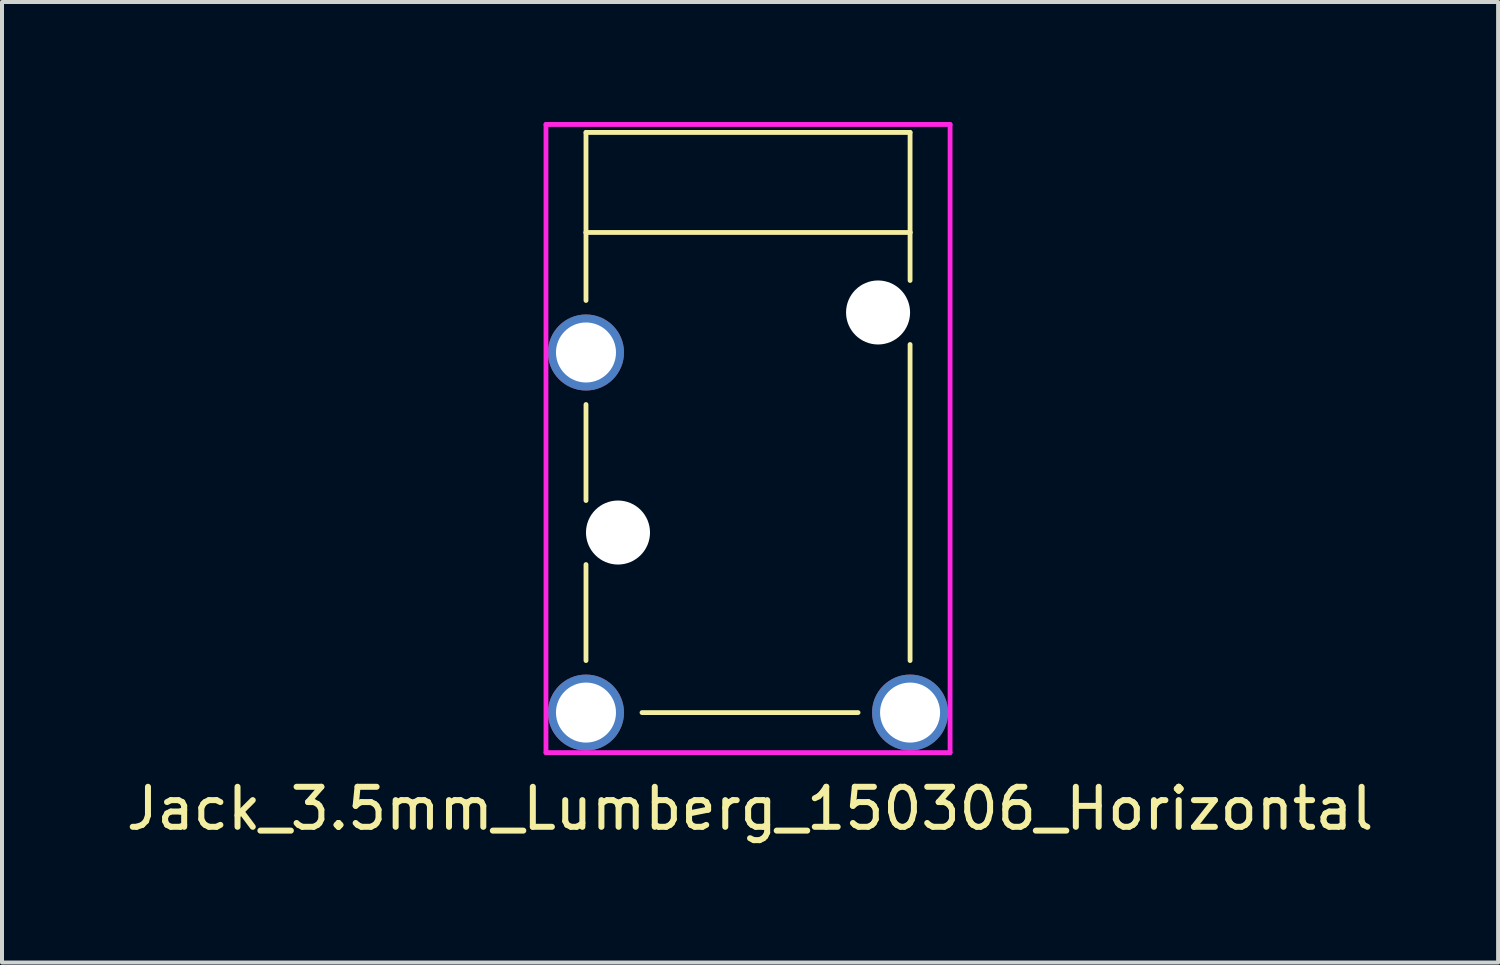
<source format=kicad_pcb>
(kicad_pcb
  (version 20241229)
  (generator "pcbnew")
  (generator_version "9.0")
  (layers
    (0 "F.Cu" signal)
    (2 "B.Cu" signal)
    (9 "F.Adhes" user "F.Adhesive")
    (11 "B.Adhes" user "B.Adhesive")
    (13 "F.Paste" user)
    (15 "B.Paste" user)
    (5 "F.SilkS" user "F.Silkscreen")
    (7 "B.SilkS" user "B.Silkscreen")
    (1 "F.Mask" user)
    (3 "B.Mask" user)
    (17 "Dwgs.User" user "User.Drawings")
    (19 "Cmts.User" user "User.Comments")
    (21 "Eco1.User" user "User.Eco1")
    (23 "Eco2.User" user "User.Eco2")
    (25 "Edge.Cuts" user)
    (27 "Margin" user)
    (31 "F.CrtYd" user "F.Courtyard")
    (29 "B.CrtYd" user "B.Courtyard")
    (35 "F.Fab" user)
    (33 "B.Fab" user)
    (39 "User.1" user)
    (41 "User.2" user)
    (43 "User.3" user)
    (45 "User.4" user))
  (footprint "Jack_3.5mm_Lumberg_150306_Horizontal"
    (layer "F.Cu")
    (at 15.696 8.76)
    (property "Reference" "Jack_3.5mm_Lumberg_150306_Horizontal" (at 0 8.4 0) (layer "F.SilkS") (effects (font (size 1 1) (thickness 0.15))))
    (attr through_hole)
    (fp_line (start -4.1 -8.5) (end -4.1 -6) (stroke (width 0.12) (type solid)) (layer "F.SilkS"))
    (fp_line (start -4.1 -6) (end -4.1 -4.3) (stroke (width 0.12) (type solid)) (layer "F.SilkS"))
    (fp_line (start -4.1 -6) (end 4 -6) (stroke (width 0.12) (type solid)) (layer "F.SilkS"))
    (fp_line (start -4.1 0.7) (end -4.1 -1.7) (stroke (width 0.12) (type solid)) (layer "F.SilkS"))
    (fp_line (start -4.1 4.7) (end -4.1 2.3) (stroke (width 0.12) (type solid)) (layer "F.SilkS"))
    (fp_line (start 2.7 6) (end -2.7 6) (stroke (width 0.12) (type solid)) (layer "F.SilkS"))
    (fp_line (start 4 -8.5) (end -4.1 -8.5) (stroke (width 0.12) (type solid)) (layer "F.SilkS"))
    (fp_line (start 4 -6) (end 4 -8.5) (stroke (width 0.12) (type solid)) (layer "F.SilkS"))
    (fp_line (start 4 -4.8) (end 4 -6) (stroke (width 0.12) (type solid)) (layer "F.SilkS"))
    (fp_line (start 4 -3.2) (end 4 4.7) (stroke (width 0.12) (type solid)) (layer "F.SilkS"))
    (fp_line (start -5.1 7) (end -5.1 -8.7) (stroke (width 0.12) (type solid)) (layer "F.CrtYd"))
    (fp_line (start -5.1 7) (end 5 7) (stroke (width 0.12) (type solid)) (layer "F.CrtYd"))
    (fp_line (start 5 -8.7) (end -5.1 -8.7) (stroke (width 0.12) (type solid)) (layer "F.CrtYd"))
    (fp_line (start 5 7) (end 5 -8.7) (stroke (width 0.12) (type solid)) (layer "F.CrtYd"))
    (pad "" np_thru_hole circle (at -3.3 1.5) (size 1.6 1.6) (drill 1.6) (layers "*.Cu" "*.Mask"))
    (pad "" np_thru_hole circle (at 3.2 -4) (size 1.6 1.6) (drill 1.6) (layers "*.Cu" "*.Mask"))
    (pad "S" thru_hole circle (at -4.1 -3) (size 1.9 1.9) (drill 1.5) (layers "*.Cu" "*.Mask"))
    (pad "T" thru_hole circle (at 4 6) (size 1.9 1.9) (drill 1.5) (layers "*.Cu" "*.Mask"))
    (pad "TN" thru_hole circle (at -4.1 6) (size 1.9 1.9) (drill 1.5) (layers "*.Cu" "*.Mask")))
  (gr_rect
    (start -3 -3)
    (end 34.393 21.008)
    (stroke (width 0.1) (type default))
    (fill no)
    (layer "Edge.Cuts")))
</source>
